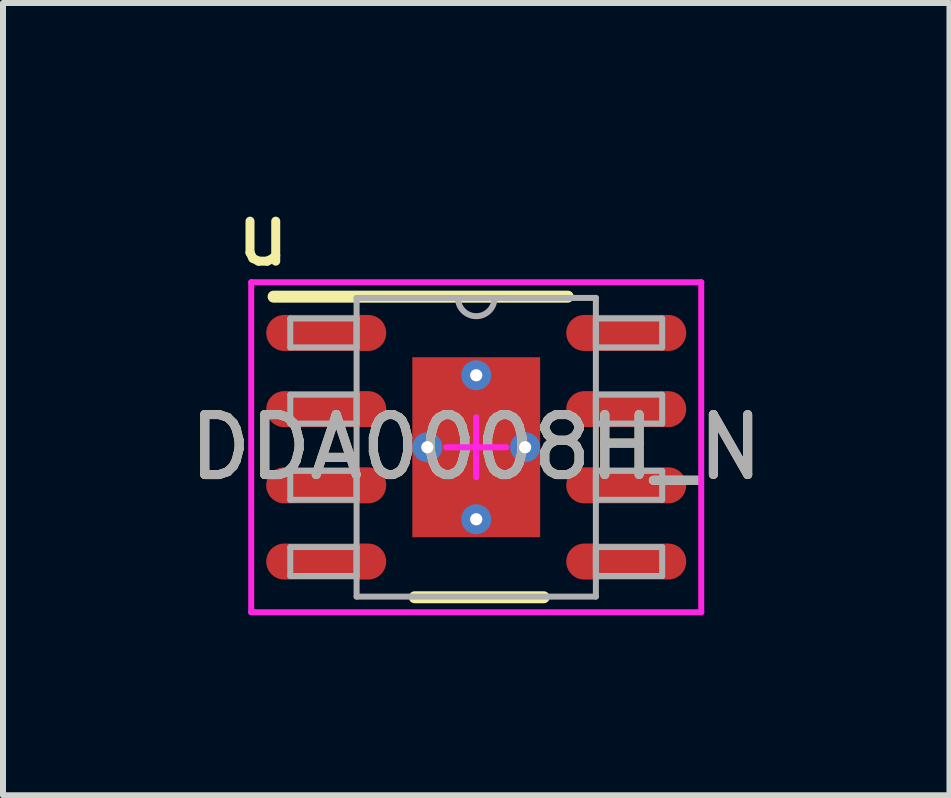
<source format=kicad_pcb>
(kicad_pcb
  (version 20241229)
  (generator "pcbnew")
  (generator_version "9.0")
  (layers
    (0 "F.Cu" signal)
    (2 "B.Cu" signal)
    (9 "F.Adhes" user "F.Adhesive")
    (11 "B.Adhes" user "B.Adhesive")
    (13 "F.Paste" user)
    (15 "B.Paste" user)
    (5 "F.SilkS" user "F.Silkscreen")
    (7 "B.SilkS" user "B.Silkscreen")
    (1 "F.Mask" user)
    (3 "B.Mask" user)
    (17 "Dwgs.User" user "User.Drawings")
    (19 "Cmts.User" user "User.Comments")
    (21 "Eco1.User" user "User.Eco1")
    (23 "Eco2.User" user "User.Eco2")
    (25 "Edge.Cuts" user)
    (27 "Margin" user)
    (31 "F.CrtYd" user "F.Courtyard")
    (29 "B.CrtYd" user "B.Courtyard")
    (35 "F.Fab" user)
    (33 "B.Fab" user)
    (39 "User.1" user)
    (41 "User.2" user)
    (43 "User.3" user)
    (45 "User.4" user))
  (footprint "DDA0008H_N"
    (layer "F.Cu")
    (at 4.887 4.404)
    (property "Reference" "DDA0008H_N" (at 0 0 0) (unlocked yes) (layer "F.SilkS") (effects (font (size 1 1) (thickness 0.15))))
    (attr smd)
    (fp_line (start -3.377 -2.51) (end 1.525 -2.51) (stroke (width 0.2) (type solid)) (layer "F.SilkS"))
    (fp_line (start -1.025 2.5) (end 1.125 2.5) (stroke (width 0.2) (type solid)) (layer "F.SilkS"))
    (fp_poly (pts (xy -0.1 -1.41) (xy -1.039 -1.41) (xy -1.039 -0.1) (xy -0.1 -0.1)) (stroke (width 0) (type solid)) (fill yes) (layer "F.Paste"))
    (fp_poly (pts (xy -0.1 0.1) (xy -1.039 0.1) (xy -1.039 1.41) (xy -0.1 1.41)) (stroke (width 0) (type solid)) (fill yes) (layer "F.Paste"))
    (fp_poly (pts (xy 0.1 -0.1) (xy 1.039 -0.1) (xy 1.039 -1.41) (xy 0.1 -1.41)) (stroke (width 0) (type solid)) (fill yes) (layer "F.Paste"))
    (fp_poly (pts (xy 0.1 1.41) (xy 1.039 1.41) (xy 1.039 0.1) (xy 0.1 0.1)) (stroke (width 0) (type solid)) (fill yes) (layer "F.Paste"))
    (fp_line (start -3.75 -2.75) (end 3.75 -2.75) (stroke (width 0.1) (type solid)) (layer "F.CrtYd"))
    (fp_line (start -3.75 2.75) (end -3.75 -2.75) (stroke (width 0.1) (type solid)) (layer "F.CrtYd"))
    (fp_line (start -3.75 2.75) (end 3.75 2.75) (stroke (width 0.1) (type solid)) (layer "F.CrtYd"))
    (fp_line (start -0.5 0) (end 0.5 0) (stroke (width 0.1) (type solid)) (layer "F.CrtYd"))
    (fp_line (start 0 0.5) (end 0 -0.5) (stroke (width 0.1) (type solid)) (layer "F.CrtYd"))
    (fp_line (start 3.75 2.75) (end 3.75 -2.75) (stroke (width 0.1) (type solid)) (layer "F.CrtYd"))
    (fp_line (start -3.099 -2.146) (end -1.994 -2.146) (stroke (width 0.1) (type solid)) (layer "F.Fab"))
    (fp_line (start -3.099 -1.664) (end -3.099 -2.146) (stroke (width 0.1) (type solid)) (layer "F.Fab"))
    (fp_line (start -3.099 -1.664) (end -1.994 -1.664) (stroke (width 0.1) (type solid)) (layer "F.Fab"))
    (fp_line (start -3.099 -0.876) (end -1.994 -0.876) (stroke (width 0.1) (type solid)) (layer "F.Fab"))
    (fp_line (start -3.099 -0.394) (end -3.099 -0.876) (stroke (width 0.1) (type solid)) (layer "F.Fab"))
    (fp_line (start -3.099 -0.394) (end -1.994 -0.394) (stroke (width 0.1) (type solid)) (layer "F.Fab"))
    (fp_line (start -3.099 0.394) (end -1.994 0.394) (stroke (width 0.1) (type solid)) (layer "F.Fab"))
    (fp_line (start -3.099 0.876) (end -3.099 0.394) (stroke (width 0.1) (type solid)) (layer "F.Fab"))
    (fp_line (start -3.099 0.876) (end -1.994 0.876) (stroke (width 0.1) (type solid)) (layer "F.Fab"))
    (fp_line (start -3.099 1.664) (end -1.994 1.664) (stroke (width 0.1) (type solid)) (layer "F.Fab"))
    (fp_line (start -3.099 2.146) (end -3.099 1.664) (stroke (width 0.1) (type solid)) (layer "F.Fab"))
    (fp_line (start -3.099 2.146) (end -1.994 2.146) (stroke (width 0.1) (type solid)) (layer "F.Fab"))
    (fp_line (start -1.994 -2.489) (end 1.994 -2.489) (stroke (width 0.1) (type solid)) (layer "F.Fab"))
    (fp_line (start -1.994 -1.664) (end -1.994 -2.146) (stroke (width 0.1) (type solid)) (layer "F.Fab"))
    (fp_line (start -1.994 -0.394) (end -1.994 -0.876) (stroke (width 0.1) (type solid)) (layer "F.Fab"))
    (fp_line (start -1.994 0.876) (end -1.994 0.394) (stroke (width 0.1) (type solid)) (layer "F.Fab"))
    (fp_line (start -1.994 2.146) (end -1.994 1.664) (stroke (width 0.1) (type solid)) (layer "F.Fab"))
    (fp_line (start -1.994 2.489) (end -1.994 -2.489) (stroke (width 0.1) (type solid)) (layer "F.Fab"))
    (fp_line (start -1.994 2.489) (end 1.994 2.489) (stroke (width 0.1) (type solid)) (layer "F.Fab"))
    (fp_line (start 1.994 -2.146) (end 3.099 -2.146) (stroke (width 0.1) (type solid)) (layer "F.Fab"))
    (fp_line (start 1.994 -1.664) (end 1.994 -2.146) (stroke (width 0.1) (type solid)) (layer "F.Fab"))
    (fp_line (start 1.994 -1.664) (end 3.099 -1.664) (stroke (width 0.1) (type solid)) (layer "F.Fab"))
    (fp_line (start 1.994 -0.876) (end 3.099 -0.876) (stroke (width 0.1) (type solid)) (layer "F.Fab"))
    (fp_line (start 1.994 -0.394) (end 1.994 -0.876) (stroke (width 0.1) (type solid)) (layer "F.Fab"))
    (fp_line (start 1.994 -0.394) (end 3.099 -0.394) (stroke (width 0.1) (type solid)) (layer "F.Fab"))
    (fp_line (start 1.994 0.394) (end 3.099 0.394) (stroke (width 0.1) (type solid)) (layer "F.Fab"))
    (fp_line (start 1.994 0.876) (end 1.994 0.394) (stroke (width 0.1) (type solid)) (layer "F.Fab"))
    (fp_line (start 1.994 0.876) (end 3.099 0.876) (stroke (width 0.1) (type solid)) (layer "F.Fab"))
    (fp_line (start 1.994 1.664) (end 3.099 1.664) (stroke (width 0.1) (type solid)) (layer "F.Fab"))
    (fp_line (start 1.994 2.146) (end 1.994 1.664) (stroke (width 0.1) (type solid)) (layer "F.Fab"))
    (fp_line (start 1.994 2.146) (end 3.099 2.146) (stroke (width 0.1) (type solid)) (layer "F.Fab"))
    (fp_line (start 1.994 2.489) (end 1.994 -2.489) (stroke (width 0.1) (type solid)) (layer "F.Fab"))
    (fp_line (start 3.099 -1.664) (end 3.099 -2.146) (stroke (width 0.1) (type solid)) (layer "F.Fab"))
    (fp_line (start 3.099 -0.394) (end 3.099 -0.876) (stroke (width 0.1) (type solid)) (layer "F.Fab"))
    (fp_line (start 3.099 0.876) (end 3.099 0.394) (stroke (width 0.1) (type solid)) (layer "F.Fab"))
    (fp_line (start 3.099 2.146) (end 3.099 1.664) (stroke (width 0.1) (type solid)) (layer "F.Fab"))
    (fp_arc (start 0.3048 -2.4892) (mid 0 -2.1844) (end -0.3048 -2.4892) (stroke (width 0.1) (type solid)) (layer "F.Fab"))
    (fp_text user "u" (at -3.556 -3.556 0) (unlocked yes) (layer "F.SilkS") (effects (font (size 1 1) (thickness 0.15))))
    (fp_text user "${REFERENCE}" (at 0 0 0) (unlocked yes) (layer "F.Fab") (effects (font (size 1 1) (thickness 0.15))))
    (pad "1" smd oval (at -2.5 -1.905 90) (size 0.6 2) (layers "F.Cu" "F.Mask" "F.Paste"))
    (pad "2" smd oval (at -2.5 -0.635 90) (size 0.6 2) (layers "F.Cu" "F.Mask" "F.Paste"))
    (pad "3" smd oval (at -2.5 0.635 90) (size 0.6 2) (layers "F.Cu" "F.Mask" "F.Paste"))
    (pad "4" smd oval (at -2.5 1.905 90) (size 0.6 2) (layers "F.Cu" "F.Mask" "F.Paste"))
    (pad "5" smd oval (at 2.5 1.905 90) (size 0.6 2) (layers "F.Cu" "F.Mask" "F.Paste"))
    (pad "6" smd oval (at 2.5 0.635 90) (size 0.6 2) (layers "F.Cu" "F.Mask" "F.Paste"))
    (pad "7" smd oval (at 2.5 -0.635 90) (size 0.6 2) (layers "F.Cu" "F.Mask" "F.Paste"))
    (pad "8" smd oval (at 2.5 -1.905 90) (size 0.6 2) (layers "F.Cu" "F.Mask" "F.Paste"))
    (pad "9" smd rect (at 0 0) (size 2.13 3) (layers "F.Cu" "F.Mask" "F.Paste"))
    (pad "V" thru_hole circle (at -0.815 0) (size 0.5 0.5) (drill 0.203) (layers "*.Cu" "*.Mask"))
    (pad "V" thru_hole circle (at 0 -1.2) (size 0.5 0.5) (drill 0.203) (layers "*.Cu" "*.Mask"))
    (pad "V" thru_hole circle (at 0 1.2) (size 0.5 0.5) (drill 0.203) (layers "*.Cu" "*.Mask"))
    (pad "V" thru_hole circle (at 0.815 0) (size 0.5 0.5) (drill 0.203) (layers "*.Cu" "*.Mask")))
  (gr_rect
    (start -3 -3)
    (end 12.774 10.204)
    (stroke (width 0.1) (type default))
    (fill no)
    (layer "Edge.Cuts")))
</source>
